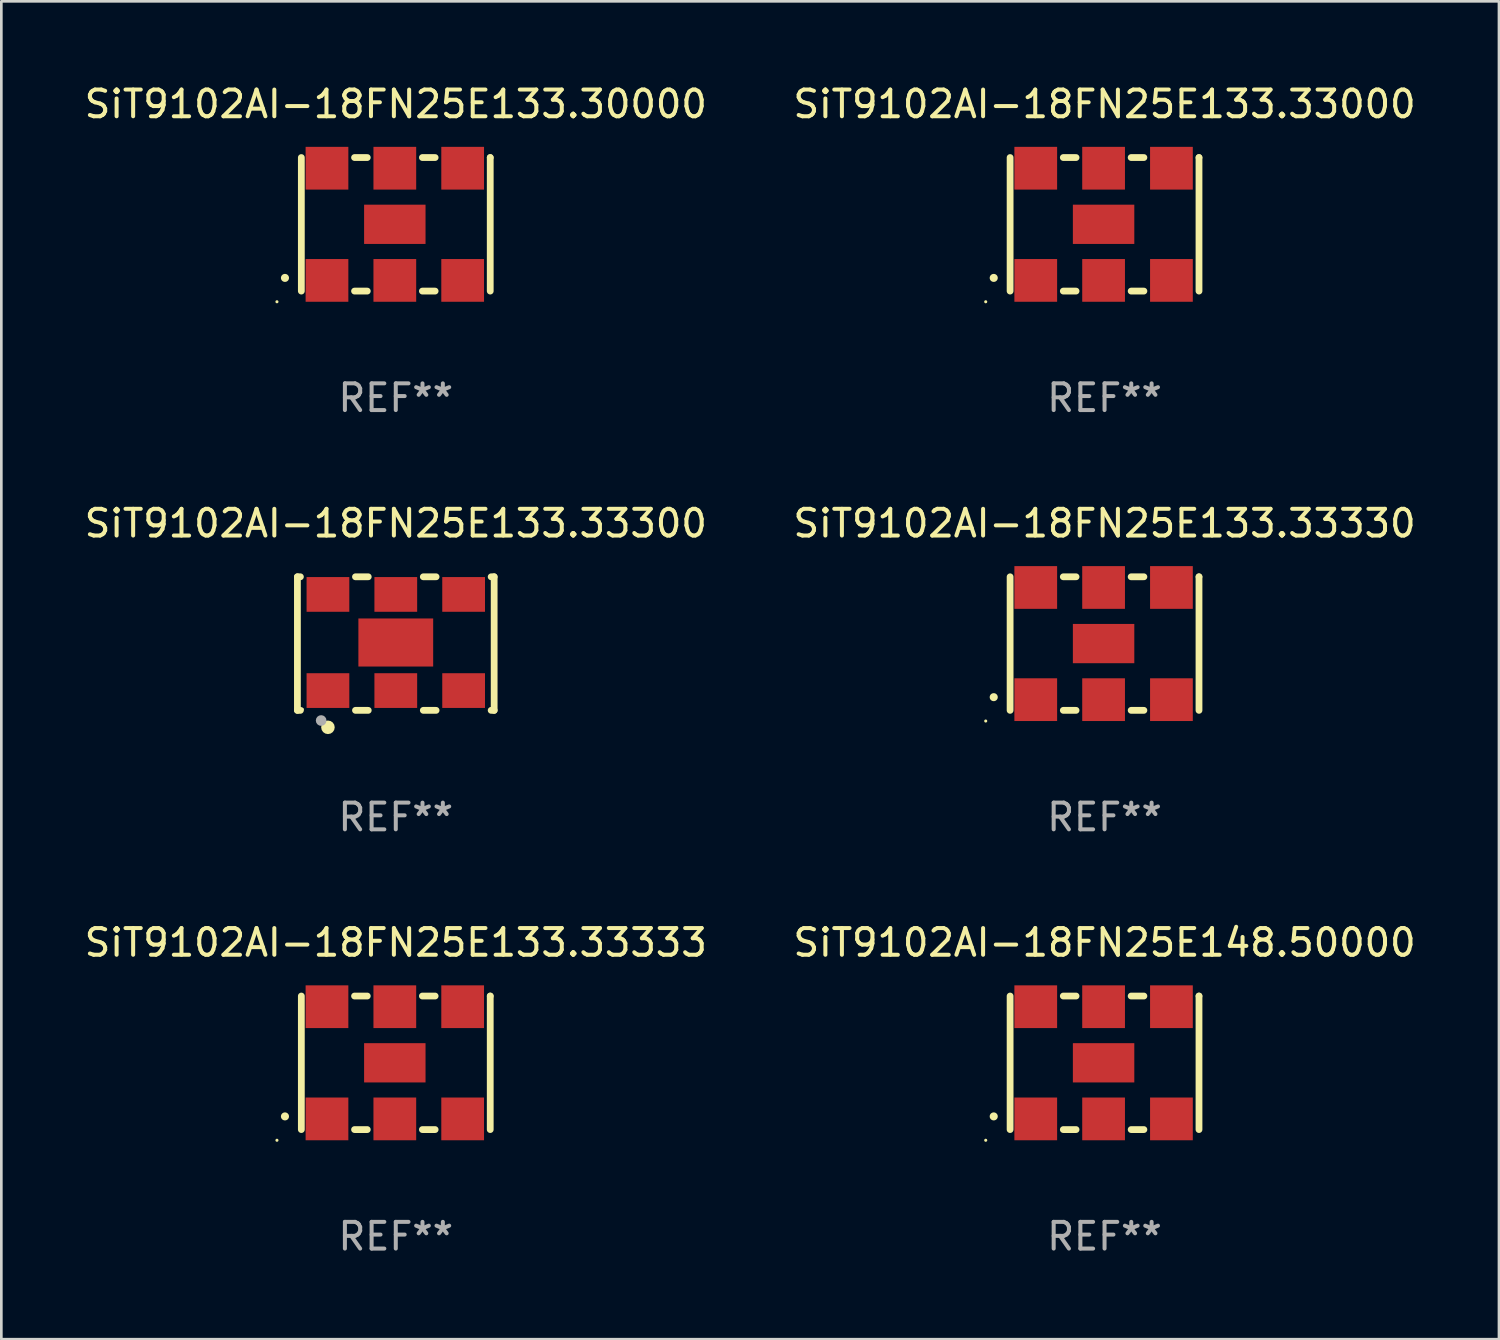
<source format=kicad_pcb>
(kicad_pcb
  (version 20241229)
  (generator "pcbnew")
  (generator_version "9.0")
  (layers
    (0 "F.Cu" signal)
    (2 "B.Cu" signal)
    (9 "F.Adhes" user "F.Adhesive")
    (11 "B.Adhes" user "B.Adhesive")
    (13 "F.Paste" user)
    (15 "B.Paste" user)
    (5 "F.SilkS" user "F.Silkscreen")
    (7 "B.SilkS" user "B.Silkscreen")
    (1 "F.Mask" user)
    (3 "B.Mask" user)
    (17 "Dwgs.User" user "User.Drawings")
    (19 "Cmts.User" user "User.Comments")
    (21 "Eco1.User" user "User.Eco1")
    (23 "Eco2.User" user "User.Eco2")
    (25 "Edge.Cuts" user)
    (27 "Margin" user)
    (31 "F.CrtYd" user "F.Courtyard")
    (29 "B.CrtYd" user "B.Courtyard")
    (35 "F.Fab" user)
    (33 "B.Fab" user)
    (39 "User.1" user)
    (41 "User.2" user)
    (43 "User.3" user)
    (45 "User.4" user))
  (footprint "SiT9102AI-18FN25E133.30000"
    (layer "F.Cu")
    (at 11.768 5.348)
    (property "Reference" "SiT9102AI-18FN25E133.30000" (at 0 -4.5 0) (layer "F.SilkS") (effects (font (size 1 1) (thickness 0.15))))
    (attr through_hole)
    (fp_line (start -3.536 -2.5) (end -3.536 2.5) (stroke (width 0.254) (type solid)) (layer "F.SilkS"))
    (fp_line (start -1.544 2.5) (end -1.067 2.5) (stroke (width 0.254) (type solid)) (layer "F.SilkS"))
    (fp_line (start -1.067 -2.5) (end -1.544 -2.5) (stroke (width 0.254) (type solid)) (layer "F.SilkS"))
    (fp_line (start 0.996 2.5) (end 1.473 2.5) (stroke (width 0.254) (type solid)) (layer "F.SilkS"))
    (fp_line (start 1.473 -2.5) (end 0.996 -2.5) (stroke (width 0.254) (type solid)) (layer "F.SilkS"))
    (fp_line (start 3.536 -2.5) (end 3.536 -2.5) (stroke (width 0.254) (type solid)) (layer "F.SilkS"))
    (fp_line (start 3.536 2.5) (end 3.536 -2.5) (stroke (width 0.254) (type solid)) (layer "F.SilkS"))
    (fp_arc (start -4.150432 2.006604) (mid -4.149162 2.006599) (end -4.147892 2.006604) (stroke (width 0.3) (type solid)) (layer "F.SilkS"))
    (fp_circle (center -4.449 2.9) (end -4.419 2.9) (stroke (width 0.06) (type solid)) (fill no) (layer "F.SilkS"))
    (fp_text user "REF**" (at 0 6.5 0) (layer "F.Fab") (effects (font (size 1 1) (thickness 0.15))))
    (pad "1" smd rect (at -2.576 2.1) (size 1.6 1.6) (layers "F.Cu" "F.Mask" "F.Paste"))
    (pad "2" smd rect (at -0.036 2.1) (size 1.6 1.6) (layers "F.Cu" "F.Mask" "F.Paste"))
    (pad "3" smd rect (at 2.504 2.1) (size 1.6 1.6) (layers "F.Cu" "F.Mask" "F.Paste"))
    (pad "4" smd rect (at 2.504 -2.1) (size 1.6 1.6) (layers "F.Cu" "F.Mask" "F.Paste"))
    (pad "5" smd rect (at -0.036 -2.1) (size 1.6 1.6) (layers "F.Cu" "F.Mask" "F.Paste"))
    (pad "6" smd rect (at -2.576 -2.1) (size 1.6 1.6) (layers "F.Cu" "F.Mask" "F.Paste"))
    (pad "7" smd rect (at -0.036 0) (size 2.3 1.47) (layers "F.Cu" "F.Mask" "F.Paste")))
  (footprint "SiT9102AI-18FN25E133.33333"
    (layer "F.Cu")
    (at 11.768 36.741)
    (property "Reference" "SiT9102AI-18FN25E133.33333" (at 0 -4.5 0) (layer "F.SilkS") (effects (font (size 1 1) (thickness 0.15))))
    (attr through_hole)
    (fp_line (start -3.536 -2.5) (end -3.536 2.5) (stroke (width 0.254) (type solid)) (layer "F.SilkS"))
    (fp_line (start -1.544 2.5) (end -1.067 2.5) (stroke (width 0.254) (type solid)) (layer "F.SilkS"))
    (fp_line (start -1.067 -2.5) (end -1.544 -2.5) (stroke (width 0.254) (type solid)) (layer "F.SilkS"))
    (fp_line (start 0.996 2.5) (end 1.473 2.5) (stroke (width 0.254) (type solid)) (layer "F.SilkS"))
    (fp_line (start 1.473 -2.5) (end 0.996 -2.5) (stroke (width 0.254) (type solid)) (layer "F.SilkS"))
    (fp_line (start 3.536 -2.5) (end 3.536 -2.5) (stroke (width 0.254) (type solid)) (layer "F.SilkS"))
    (fp_line (start 3.536 2.5) (end 3.536 -2.5) (stroke (width 0.254) (type solid)) (layer "F.SilkS"))
    (fp_arc (start -4.150432 2.006604) (mid -4.149162 2.006599) (end -4.147892 2.006604) (stroke (width 0.3) (type solid)) (layer "F.SilkS"))
    (fp_circle (center -4.449 2.9) (end -4.419 2.9) (stroke (width 0.06) (type solid)) (fill no) (layer "F.SilkS"))
    (fp_text user "REF**" (at 0 6.5 0) (layer "F.Fab") (effects (font (size 1 1) (thickness 0.15))))
    (pad "1" smd rect (at -2.576 2.1) (size 1.6 1.6) (layers "F.Cu" "F.Mask" "F.Paste"))
    (pad "2" smd rect (at -0.036 2.1) (size 1.6 1.6) (layers "F.Cu" "F.Mask" "F.Paste"))
    (pad "3" smd rect (at 2.504 2.1) (size 1.6 1.6) (layers "F.Cu" "F.Mask" "F.Paste"))
    (pad "4" smd rect (at 2.504 -2.1) (size 1.6 1.6) (layers "F.Cu" "F.Mask" "F.Paste"))
    (pad "5" smd rect (at -0.036 -2.1) (size 1.6 1.6) (layers "F.Cu" "F.Mask" "F.Paste"))
    (pad "6" smd rect (at -2.576 -2.1) (size 1.6 1.6) (layers "F.Cu" "F.Mask" "F.Paste"))
    (pad "7" smd rect (at -0.036 0) (size 2.3 1.47) (layers "F.Cu" "F.Mask" "F.Paste")))
  (footprint "SiT9102AI-18FN25E133.33330"
    (layer "F.Cu")
    (at 38.304 21.045)
    (property "Reference" "SiT9102AI-18FN25E133.33330" (at 0 -4.5 0) (layer "F.SilkS") (effects (font (size 1 1) (thickness 0.15))))
    (attr through_hole)
    (fp_line (start -3.536 -2.5) (end -3.536 2.5) (stroke (width 0.254) (type solid)) (layer "F.SilkS"))
    (fp_line (start -1.544 2.5) (end -1.067 2.5) (stroke (width 0.254) (type solid)) (layer "F.SilkS"))
    (fp_line (start -1.067 -2.5) (end -1.544 -2.5) (stroke (width 0.254) (type solid)) (layer "F.SilkS"))
    (fp_line (start 0.996 2.5) (end 1.473 2.5) (stroke (width 0.254) (type solid)) (layer "F.SilkS"))
    (fp_line (start 1.473 -2.5) (end 0.996 -2.5) (stroke (width 0.254) (type solid)) (layer "F.SilkS"))
    (fp_line (start 3.536 -2.5) (end 3.536 -2.5) (stroke (width 0.254) (type solid)) (layer "F.SilkS"))
    (fp_line (start 3.536 2.5) (end 3.536 -2.5) (stroke (width 0.254) (type solid)) (layer "F.SilkS"))
    (fp_arc (start -4.150432 2.006604) (mid -4.149162 2.006599) (end -4.147892 2.006604) (stroke (width 0.3) (type solid)) (layer "F.SilkS"))
    (fp_circle (center -4.449 2.9) (end -4.419 2.9) (stroke (width 0.06) (type solid)) (fill no) (layer "F.SilkS"))
    (fp_text user "REF**" (at 0 6.5 0) (layer "F.Fab") (effects (font (size 1 1) (thickness 0.15))))
    (pad "1" smd rect (at -2.576 2.1) (size 1.6 1.6) (layers "F.Cu" "F.Mask" "F.Paste"))
    (pad "2" smd rect (at -0.036 2.1) (size 1.6 1.6) (layers "F.Cu" "F.Mask" "F.Paste"))
    (pad "3" smd rect (at 2.504 2.1) (size 1.6 1.6) (layers "F.Cu" "F.Mask" "F.Paste"))
    (pad "4" smd rect (at 2.504 -2.1) (size 1.6 1.6) (layers "F.Cu" "F.Mask" "F.Paste"))
    (pad "5" smd rect (at -0.036 -2.1) (size 1.6 1.6) (layers "F.Cu" "F.Mask" "F.Paste"))
    (pad "6" smd rect (at -2.576 -2.1) (size 1.6 1.6) (layers "F.Cu" "F.Mask" "F.Paste"))
    (pad "7" smd rect (at -0.036 0) (size 2.3 1.47) (layers "F.Cu" "F.Mask" "F.Paste")))
  (footprint "SiT9102AI-18FN25E148.50000"
    (layer "F.Cu")
    (at 38.304 36.741)
    (property "Reference" "SiT9102AI-18FN25E148.50000" (at 0 -4.5 0) (layer "F.SilkS") (effects (font (size 1 1) (thickness 0.15))))
    (attr through_hole)
    (fp_line (start -3.536 -2.5) (end -3.536 2.5) (stroke (width 0.254) (type solid)) (layer "F.SilkS"))
    (fp_line (start -1.544 2.5) (end -1.067 2.5) (stroke (width 0.254) (type solid)) (layer "F.SilkS"))
    (fp_line (start -1.067 -2.5) (end -1.544 -2.5) (stroke (width 0.254) (type solid)) (layer "F.SilkS"))
    (fp_line (start 0.996 2.5) (end 1.473 2.5) (stroke (width 0.254) (type solid)) (layer "F.SilkS"))
    (fp_line (start 1.473 -2.5) (end 0.996 -2.5) (stroke (width 0.254) (type solid)) (layer "F.SilkS"))
    (fp_line (start 3.536 -2.5) (end 3.536 -2.5) (stroke (width 0.254) (type solid)) (layer "F.SilkS"))
    (fp_line (start 3.536 2.5) (end 3.536 -2.5) (stroke (width 0.254) (type solid)) (layer "F.SilkS"))
    (fp_arc (start -4.150432 2.006604) (mid -4.149162 2.006599) (end -4.147892 2.006604) (stroke (width 0.3) (type solid)) (layer "F.SilkS"))
    (fp_circle (center -4.449 2.9) (end -4.419 2.9) (stroke (width 0.06) (type solid)) (fill no) (layer "F.SilkS"))
    (fp_text user "REF**" (at 0 6.5 0) (layer "F.Fab") (effects (font (size 1 1) (thickness 0.15))))
    (pad "1" smd rect (at -2.576 2.1) (size 1.6 1.6) (layers "F.Cu" "F.Mask" "F.Paste"))
    (pad "2" smd rect (at -0.036 2.1) (size 1.6 1.6) (layers "F.Cu" "F.Mask" "F.Paste"))
    (pad "3" smd rect (at 2.504 2.1) (size 1.6 1.6) (layers "F.Cu" "F.Mask" "F.Paste"))
    (pad "4" smd rect (at 2.504 -2.1) (size 1.6 1.6) (layers "F.Cu" "F.Mask" "F.Paste"))
    (pad "5" smd rect (at -0.036 -2.1) (size 1.6 1.6) (layers "F.Cu" "F.Mask" "F.Paste"))
    (pad "6" smd rect (at -2.576 -2.1) (size 1.6 1.6) (layers "F.Cu" "F.Mask" "F.Paste"))
    (pad "7" smd rect (at -0.036 0) (size 2.3 1.47) (layers "F.Cu" "F.Mask" "F.Paste")))
  (footprint "SiT9102AI-18FN25E133.33300"
    (layer "F.Cu")
    (at 11.768 21.045)
    (property "Reference" "SiT9102AI-18FN25E133.33300" (at 0 -4.5 0) (layer "F.SilkS") (effects (font (size 1 1) (thickness 0.15))))
    (attr through_hole)
    (fp_line (start -3.683 -2.5) (end -3.571 -2.5) (stroke (width 0.254) (type solid)) (layer "F.SilkS"))
    (fp_line (start -3.683 2.5) (end -3.683 -2.5) (stroke (width 0.254) (type solid)) (layer "F.SilkS"))
    (fp_line (start -3.683 2.5) (end -3.571 2.5) (stroke (width 0.254) (type solid)) (layer "F.SilkS"))
    (fp_line (start -1.509 -2.5) (end -1.031 -2.5) (stroke (width 0.254) (type solid)) (layer "F.SilkS"))
    (fp_line (start -1.509 2.5) (end -1.031 2.5) (stroke (width 0.254) (type solid)) (layer "F.SilkS"))
    (fp_line (start 1.031 -2.5) (end 1.509 -2.5) (stroke (width 0.254) (type solid)) (layer "F.SilkS"))
    (fp_line (start 1.031 2.5) (end 1.509 2.5) (stroke (width 0.254) (type solid)) (layer "F.SilkS"))
    (fp_line (start 3.571 -2.5) (end 3.683 -2.5) (stroke (width 0.254) (type solid)) (layer "F.SilkS"))
    (fp_line (start 3.571 2.5) (end 3.683 2.5) (stroke (width 0.254) (type solid)) (layer "F.SilkS"))
    (fp_line (start 3.683 2.5) (end 3.683 -2.5) (stroke (width 0.254) (type solid)) (layer "F.SilkS"))
    (fp_circle (center -3.5 2.46) (end -3.47 2.46) (stroke (width 0.06) (type solid)) (fill no) (layer "F.SilkS"))
    (fp_circle (center -2.54 3.135) (end -2.413 3.135) (stroke (width 0.254) (type solid)) (fill no) (layer "F.SilkS"))
    (fp_circle (center -2.794 2.881) (end -2.694 2.881) (stroke (width 0.2) (type solid)) (fill no) (layer "F.Fab"))
    (fp_text user "REF**" (at 0 6.5 0) (layer "F.Fab") (effects (font (size 1 1) (thickness 0.15))))
    (pad "1" smd rect (at -2.54 1.76) (size 1.6 1.3) (layers "F.Cu" "F.Mask" "F.Paste"))
    (pad "2" smd rect (at 0 1.76) (size 1.6 1.3) (layers "F.Cu" "F.Mask" "F.Paste"))
    (pad "3" smd rect (at 2.54 1.76) (size 1.6 1.3) (layers "F.Cu" "F.Mask" "F.Paste"))
    (pad "4" smd rect (at 2.54 -1.84) (size 1.6 1.3) (layers "F.Cu" "F.Mask" "F.Paste"))
    (pad "5" smd rect (at 0 -1.84) (size 1.6 1.3) (layers "F.Cu" "F.Mask" "F.Paste"))
    (pad "6" smd rect (at -2.54 -1.84) (size 1.6 1.3) (layers "F.Cu" "F.Mask" "F.Paste"))
    (pad "7" smd rect (at 0 -0.04) (size 2.8 1.8) (layers "F.Cu" "F.Mask" "F.Paste")))
  (footprint "SiT9102AI-18FN25E133.33000"
    (layer "F.Cu")
    (at 38.304 5.348)
    (property "Reference" "SiT9102AI-18FN25E133.33000" (at 0 -4.5 0) (layer "F.SilkS") (effects (font (size 1 1) (thickness 0.15))))
    (attr through_hole)
    (fp_line (start -3.536 -2.5) (end -3.536 2.5) (stroke (width 0.254) (type solid)) (layer "F.SilkS"))
    (fp_line (start -1.544 2.5) (end -1.067 2.5) (stroke (width 0.254) (type solid)) (layer "F.SilkS"))
    (fp_line (start -1.067 -2.5) (end -1.544 -2.5) (stroke (width 0.254) (type solid)) (layer "F.SilkS"))
    (fp_line (start 0.996 2.5) (end 1.473 2.5) (stroke (width 0.254) (type solid)) (layer "F.SilkS"))
    (fp_line (start 1.473 -2.5) (end 0.996 -2.5) (stroke (width 0.254) (type solid)) (layer "F.SilkS"))
    (fp_line (start 3.536 -2.5) (end 3.536 -2.5) (stroke (width 0.254) (type solid)) (layer "F.SilkS"))
    (fp_line (start 3.536 2.5) (end 3.536 -2.5) (stroke (width 0.254) (type solid)) (layer "F.SilkS"))
    (fp_arc (start -4.150432 2.006604) (mid -4.149162 2.006599) (end -4.147892 2.006604) (stroke (width 0.3) (type solid)) (layer "F.SilkS"))
    (fp_circle (center -4.449 2.9) (end -4.419 2.9) (stroke (width 0.06) (type solid)) (fill no) (layer "F.SilkS"))
    (fp_text user "REF**" (at 0 6.5 0) (layer "F.Fab") (effects (font (size 1 1) (thickness 0.15))))
    (pad "1" smd rect (at -2.576 2.1) (size 1.6 1.6) (layers "F.Cu" "F.Mask" "F.Paste"))
    (pad "2" smd rect (at -0.036 2.1) (size 1.6 1.6) (layers "F.Cu" "F.Mask" "F.Paste"))
    (pad "3" smd rect (at 2.504 2.1) (size 1.6 1.6) (layers "F.Cu" "F.Mask" "F.Paste"))
    (pad "4" smd rect (at 2.504 -2.1) (size 1.6 1.6) (layers "F.Cu" "F.Mask" "F.Paste"))
    (pad "5" smd rect (at -0.036 -2.1) (size 1.6 1.6) (layers "F.Cu" "F.Mask" "F.Paste"))
    (pad "6" smd rect (at -2.576 -2.1) (size 1.6 1.6) (layers "F.Cu" "F.Mask" "F.Paste"))
    (pad "7" smd rect (at -0.036 0) (size 2.3 1.47) (layers "F.Cu" "F.Mask" "F.Paste")))
  (gr_rect
    (start -3 -3)
    (end 53.071 47.09)
    (stroke (width 0.1) (type default))
    (fill no)
    (layer "Edge.Cuts")))
</source>
